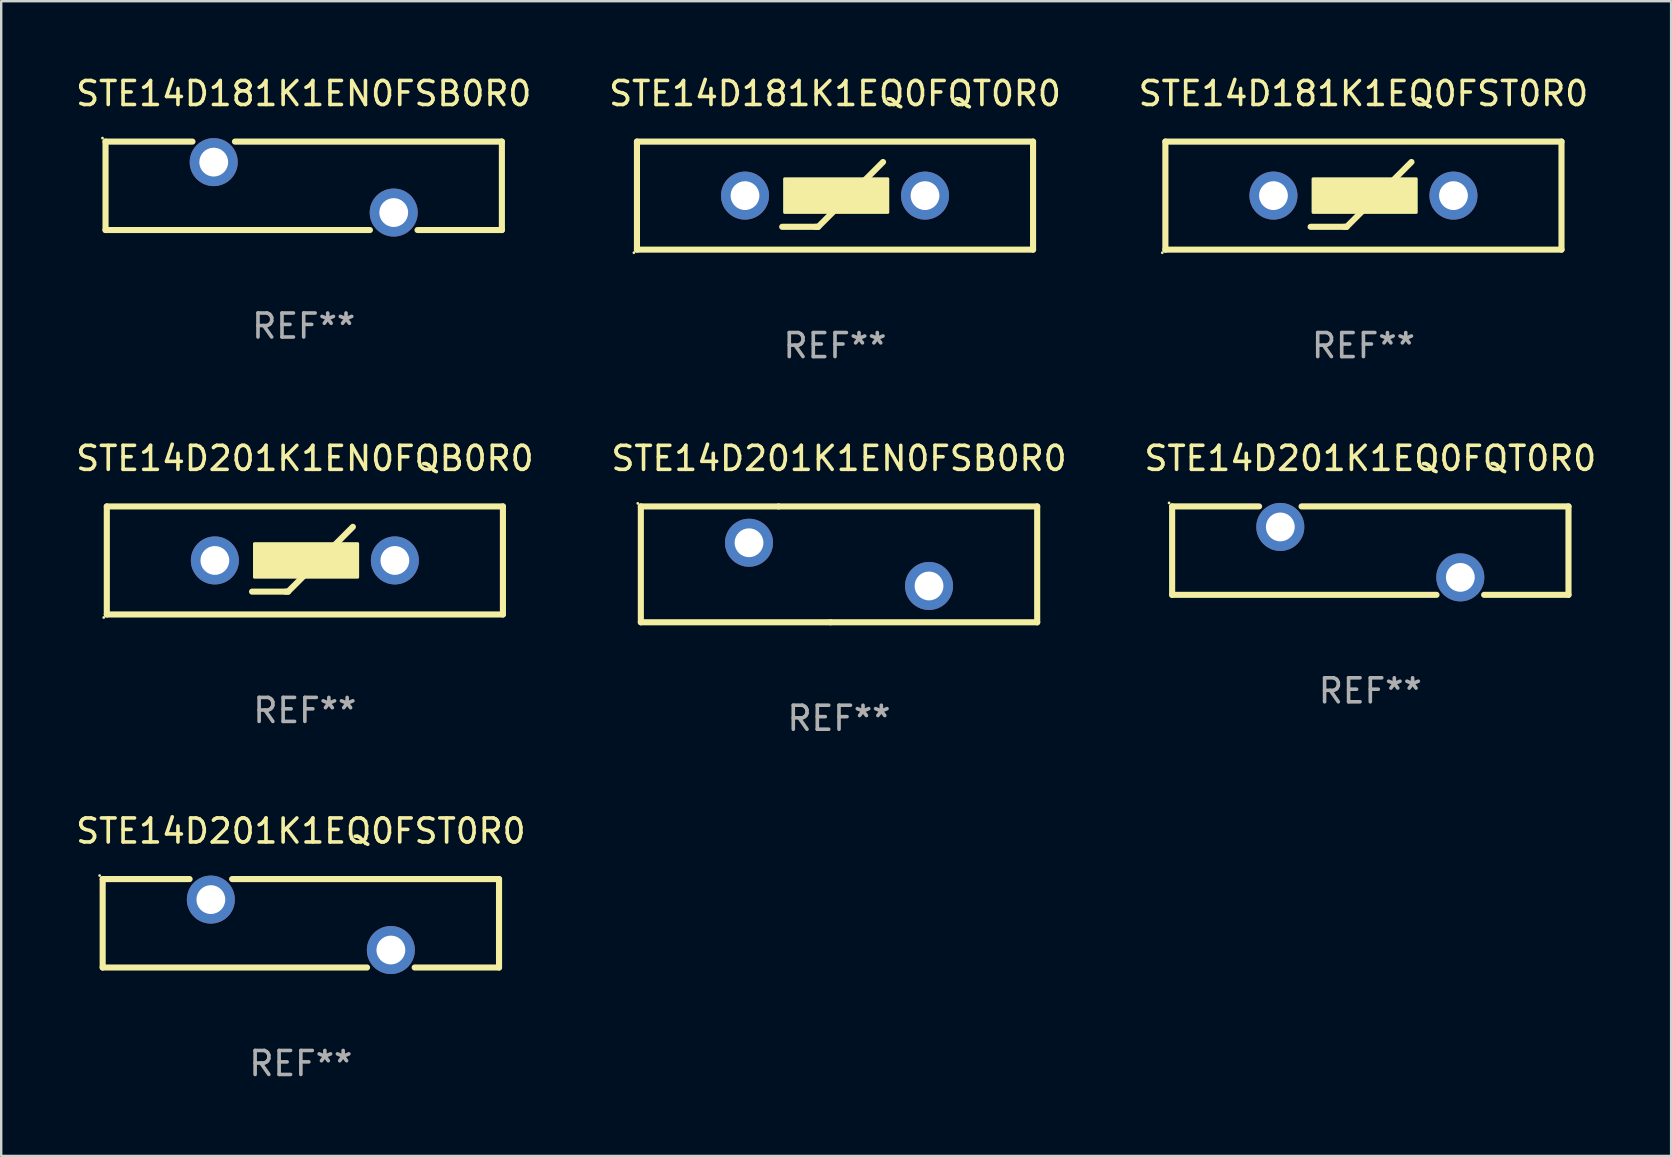
<source format=kicad_pcb>
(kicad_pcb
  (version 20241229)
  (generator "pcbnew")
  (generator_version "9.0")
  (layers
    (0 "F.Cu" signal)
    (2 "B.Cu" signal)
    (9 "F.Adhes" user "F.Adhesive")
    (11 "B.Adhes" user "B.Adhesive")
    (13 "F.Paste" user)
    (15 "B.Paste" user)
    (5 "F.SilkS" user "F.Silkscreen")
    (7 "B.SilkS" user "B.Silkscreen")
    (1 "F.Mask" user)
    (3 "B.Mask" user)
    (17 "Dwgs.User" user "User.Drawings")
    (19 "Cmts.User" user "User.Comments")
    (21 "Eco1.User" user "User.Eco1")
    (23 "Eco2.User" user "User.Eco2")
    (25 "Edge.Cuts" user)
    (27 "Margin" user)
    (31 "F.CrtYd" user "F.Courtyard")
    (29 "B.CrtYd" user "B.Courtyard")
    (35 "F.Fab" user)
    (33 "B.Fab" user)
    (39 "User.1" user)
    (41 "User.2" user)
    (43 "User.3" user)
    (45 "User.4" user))
  (footprint "STE14D201K1EQ0FQT0R0"
    (layer "F.Cu")
    (at 54.03 19.886)
    (property "Reference" "STE14D201K1EQ0FQT0R0" (at 0 -3.842 0) (layer "F.SilkS") (effects (font (size 1 1) (thickness 0.15))))
    (attr through_hole)
    (fp_line (start -8.255 -1.842) (end -4.634 -1.842) (stroke (width 0.254) (type solid)) (layer "F.SilkS"))
    (fp_line (start -8.255 1.842) (end -8.255 -1.842) (stroke (width 0.254) (type solid)) (layer "F.SilkS"))
    (fp_line (start -2.864 -1.842) (end 8.255 -1.842) (stroke (width 0.254) (type solid)) (layer "F.SilkS"))
    (fp_line (start 2.757 1.842) (end -8.255 1.842) (stroke (width 0.254) (type solid)) (layer "F.SilkS"))
    (fp_line (start 8.255 -1.842) (end 8.255 1.842) (stroke (width 0.254) (type solid)) (layer "F.SilkS"))
    (fp_line (start 8.255 1.842) (end 4.741 1.842) (stroke (width 0.254) (type solid)) (layer "F.SilkS"))
    (fp_circle (center -8.382 -1.987) (end -8.352 -1.987) (stroke (width 0.06) (type solid)) (fill no) (layer "F.SilkS"))
    (fp_text user "REF**" (at 0 5.842 0) (layer "F.Fab") (effects (font (size 1 1) (thickness 0.15))))
    (pad "1" thru_hole circle (at -3.749 -0.987) (size 2 2) (drill 1.2) (layers "*.Cu" "*.Mask"))
    (pad "2" thru_hole circle (at 3.749 1.114) (size 2 2) (drill 1.2) (layers "*.Cu" "*.Mask")))
  (footprint "STE14D201K1EQ0FST0R0"
    (layer "F.Cu")
    (at 9.482 35.409)
    (property "Reference" "STE14D201K1EQ0FST0R0" (at 0 -3.842 0) (layer "F.SilkS") (effects (font (size 1 1) (thickness 0.15))))
    (attr through_hole)
    (fp_line (start -8.255 -1.842) (end -4.634 -1.842) (stroke (width 0.254) (type solid)) (layer "F.SilkS"))
    (fp_line (start -8.255 1.842) (end -8.255 -1.842) (stroke (width 0.254) (type solid)) (layer "F.SilkS"))
    (fp_line (start -2.864 -1.842) (end 8.255 -1.842) (stroke (width 0.254) (type solid)) (layer "F.SilkS"))
    (fp_line (start 2.757 1.842) (end -8.255 1.842) (stroke (width 0.254) (type solid)) (layer "F.SilkS"))
    (fp_line (start 8.255 -1.842) (end 8.255 1.842) (stroke (width 0.254) (type solid)) (layer "F.SilkS"))
    (fp_line (start 8.255 1.842) (end 4.741 1.842) (stroke (width 0.254) (type solid)) (layer "F.SilkS"))
    (fp_circle (center -8.382 -1.987) (end -8.352 -1.987) (stroke (width 0.06) (type solid)) (fill no) (layer "F.SilkS"))
    (fp_text user "REF**" (at 0 5.842 0) (layer "F.Fab") (effects (font (size 1 1) (thickness 0.15))))
    (pad "1" thru_hole circle (at -3.749 -0.987) (size 2 2) (drill 1.2) (layers "*.Cu" "*.Mask"))
    (pad "2" thru_hole circle (at 3.749 1.114) (size 2 2) (drill 1.2) (layers "*.Cu" "*.Mask")))
  (footprint "STE14D181K1EQ0FQT0R0"
    (layer "F.Cu")
    (at 31.732 5.098)
    (property "Reference" "STE14D181K1EQ0FQT0R0" (at 0 -4.25 0) (layer "F.SilkS") (effects (font (size 1 1) (thickness 0.15))))
    (attr through_hole)
    (fp_line (start -8.25 -2.25) (end 8.25 -2.25) (stroke (width 0.254) (type solid)) (layer "F.SilkS"))
    (fp_line (start -8.25 2.25) (end -8.25 -2.25) (stroke (width 0.254) (type solid)) (layer "F.SilkS"))
    (fp_line (start -8.25 2.25) (end 8.25 2.25) (stroke (width 0.254) (type solid)) (layer "F.SilkS"))
    (fp_line (start -2.2 1.3) (end -0.8 1.3) (stroke (width 0.254) (type solid)) (layer "F.SilkS"))
    (fp_line (start -0.8 1.3) (end -0.7 1.3) (stroke (width 0.254) (type solid)) (layer "F.SilkS"))
    (fp_line (start -0.7 1.3) (end 2 -1.4) (stroke (width 0.254) (type solid)) (layer "F.SilkS"))
    (fp_line (start 8.25 -2.25) (end 8.25 2.25) (stroke (width 0.254) (type solid)) (layer "F.SilkS"))
    (fp_circle (center -8.377 2.377) (end -8.347 2.377) (stroke (width 0.06) (type solid)) (fill no) (layer "F.SilkS"))
    (fp_poly (pts (xy -2.1 -0.7) (xy 2.2 -0.7) (xy 2.2 0.7) (xy -2.1 0.7)) (stroke (width 0.12) (type solid)) (fill yes) (layer "F.SilkS"))
    (fp_text user "REF**" (at 0 6.25 0) (layer "F.Fab") (effects (font (size 1 1) (thickness 0.15))))
    (pad "1" thru_hole circle (at -3.749 0) (size 2 2) (drill 1.2) (layers "*.Cu" "*.Mask"))
    (pad "2" thru_hole circle (at 3.749 0) (size 2 2) (drill 1.2) (layers "*.Cu" "*.Mask")))
  (footprint "STE14D181K1EN0FSB0R0"
    (layer "F.Cu")
    (at 9.601 4.69)
    (property "Reference" "STE14D181K1EN0FSB0R0" (at 0 -3.842 0) (layer "F.SilkS") (effects (font (size 1 1) (thickness 0.15))))
    (attr through_hole)
    (fp_line (start -8.255 -1.842) (end -4.634 -1.842) (stroke (width 0.254) (type solid)) (layer "F.SilkS"))
    (fp_line (start -8.255 1.842) (end -8.255 -1.842) (stroke (width 0.254) (type solid)) (layer "F.SilkS"))
    (fp_line (start -2.864 -1.842) (end 8.255 -1.842) (stroke (width 0.254) (type solid)) (layer "F.SilkS"))
    (fp_line (start 2.757 1.842) (end -8.255 1.842) (stroke (width 0.254) (type solid)) (layer "F.SilkS"))
    (fp_line (start 8.255 -1.842) (end 8.255 1.842) (stroke (width 0.254) (type solid)) (layer "F.SilkS"))
    (fp_line (start 8.255 1.842) (end 4.741 1.842) (stroke (width 0.254) (type solid)) (layer "F.SilkS"))
    (fp_circle (center -8.382 -1.987) (end -8.352 -1.987) (stroke (width 0.06) (type solid)) (fill no) (layer "F.SilkS"))
    (fp_text user "REF**" (at 0 5.842 0) (layer "F.Fab") (effects (font (size 1 1) (thickness 0.15))))
    (pad "1" thru_hole circle (at -3.749 -0.987) (size 2 2) (drill 1.2) (layers "*.Cu" "*.Mask"))
    (pad "2" thru_hole circle (at 3.749 1.114) (size 2 2) (drill 1.2) (layers "*.Cu" "*.Mask")))
  (footprint "STE14D201K1EN0FQB0R0"
    (layer "F.Cu")
    (at 9.649 20.295)
    (property "Reference" "STE14D201K1EN0FQB0R0" (at 0 -4.25 0) (layer "F.SilkS") (effects (font (size 1 1) (thickness 0.15))))
    (attr through_hole)
    (fp_line (start -8.25 -2.25) (end 8.25 -2.25) (stroke (width 0.254) (type solid)) (layer "F.SilkS"))
    (fp_line (start -8.25 2.25) (end -8.25 -2.25) (stroke (width 0.254) (type solid)) (layer "F.SilkS"))
    (fp_line (start -8.25 2.25) (end 8.25 2.25) (stroke (width 0.254) (type solid)) (layer "F.SilkS"))
    (fp_line (start -2.2 1.3) (end -0.8 1.3) (stroke (width 0.254) (type solid)) (layer "F.SilkS"))
    (fp_line (start -0.8 1.3) (end -0.7 1.3) (stroke (width 0.254) (type solid)) (layer "F.SilkS"))
    (fp_line (start -0.7 1.3) (end 2 -1.4) (stroke (width 0.254) (type solid)) (layer "F.SilkS"))
    (fp_line (start 8.25 -2.25) (end 8.25 2.25) (stroke (width 0.254) (type solid)) (layer "F.SilkS"))
    (fp_circle (center -8.377 2.377) (end -8.347 2.377) (stroke (width 0.06) (type solid)) (fill no) (layer "F.SilkS"))
    (fp_poly (pts (xy -2.1 -0.7) (xy 2.2 -0.7) (xy 2.2 0.7) (xy -2.1 0.7)) (stroke (width 0.12) (type solid)) (fill yes) (layer "F.SilkS"))
    (fp_text user "REF**" (at 0 6.25 0) (layer "F.Fab") (effects (font (size 1 1) (thickness 0.15))))
    (pad "1" thru_hole circle (at -3.749 0) (size 2 2) (drill 1.2) (layers "*.Cu" "*.Mask"))
    (pad "2" thru_hole circle (at 3.749 0) (size 2 2) (drill 1.2) (layers "*.Cu" "*.Mask")))
  (footprint "STE14D181K1EQ0FST0R0"
    (layer "F.Cu")
    (at 53.744 5.098)
    (property "Reference" "STE14D181K1EQ0FST0R0" (at 0 -4.25 0) (layer "F.SilkS") (effects (font (size 1 1) (thickness 0.15))))
    (attr through_hole)
    (fp_line (start -8.25 -2.25) (end 8.25 -2.25) (stroke (width 0.254) (type solid)) (layer "F.SilkS"))
    (fp_line (start -8.25 2.25) (end -8.25 -2.25) (stroke (width 0.254) (type solid)) (layer "F.SilkS"))
    (fp_line (start -8.25 2.25) (end 8.25 2.25) (stroke (width 0.254) (type solid)) (layer "F.SilkS"))
    (fp_line (start -2.2 1.3) (end -0.8 1.3) (stroke (width 0.254) (type solid)) (layer "F.SilkS"))
    (fp_line (start -0.8 1.3) (end -0.7 1.3) (stroke (width 0.254) (type solid)) (layer "F.SilkS"))
    (fp_line (start -0.7 1.3) (end 2 -1.4) (stroke (width 0.254) (type solid)) (layer "F.SilkS"))
    (fp_line (start 8.25 -2.25) (end 8.25 2.25) (stroke (width 0.254) (type solid)) (layer "F.SilkS"))
    (fp_circle (center -8.377 2.377) (end -8.347 2.377) (stroke (width 0.06) (type solid)) (fill no) (layer "F.SilkS"))
    (fp_poly (pts (xy -2.1 -0.7) (xy 2.2 -0.7) (xy 2.2 0.7) (xy -2.1 0.7)) (stroke (width 0.12) (type solid)) (fill yes) (layer "F.SilkS"))
    (fp_text user "REF**" (at 0 6.25 0) (layer "F.Fab") (effects (font (size 1 1) (thickness 0.15))))
    (pad "1" thru_hole circle (at -3.749 0) (size 2 2) (drill 1.2) (layers "*.Cu" "*.Mask"))
    (pad "2" thru_hole circle (at 3.749 0) (size 2 2) (drill 1.2) (layers "*.Cu" "*.Mask")))
  (footprint "STE14D201K1EN0FSB0R0"
    (layer "F.Cu")
    (at 31.899 20.458)
    (property "Reference" "STE14D201K1EN0FSB0R0" (at 0 -4.413 0) (layer "F.SilkS") (effects (font (size 1 1) (thickness 0.15))))
    (attr through_hole)
    (fp_line (start -8.255 -2.413) (end -2.515 -2.413) (stroke (width 0.254) (type solid)) (layer "F.SilkS"))
    (fp_line (start -8.255 2.413) (end -8.255 -2.413) (stroke (width 0.254) (type solid)) (layer "F.SilkS"))
    (fp_line (start -2.515 -2.413) (end 8.255 -2.413) (stroke (width 0.254) (type solid)) (layer "F.SilkS"))
    (fp_line (start -0.356 2.413) (end -8.255 2.413) (stroke (width 0.254) (type solid)) (layer "F.SilkS"))
    (fp_line (start 8.255 -2.413) (end 8.255 2.413) (stroke (width 0.254) (type solid)) (layer "F.SilkS"))
    (fp_line (start 8.255 2.413) (end -0.356 2.413) (stroke (width 0.254) (type solid)) (layer "F.SilkS"))
    (fp_circle (center -8.382 -2.54) (end -8.352 -2.54) (stroke (width 0.06) (type solid)) (fill no) (layer "F.SilkS"))
    (fp_text user "REF**" (at 0 6.413 0) (layer "F.Fab") (effects (font (size 1 1) (thickness 0.15))))
    (pad "1" thru_hole circle (at -3.749 -0.9) (size 2 2) (drill 1.2) (layers "*.Cu" "*.Mask"))
    (pad "2" thru_hole circle (at 3.749 0.9) (size 2 2) (drill 1.2) (layers "*.Cu" "*.Mask")))
  (gr_rect
    (start -3 -3)
    (end 66.56 45.099)
    (stroke (width 0.1) (type default))
    (fill no)
    (layer "Edge.Cuts")))
</source>
